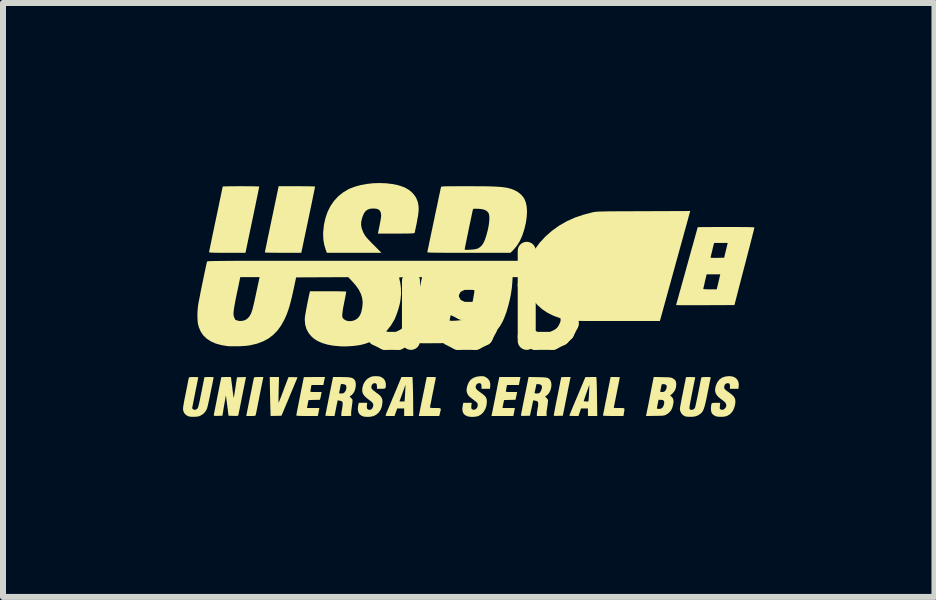
<source format=kicad_pcb>
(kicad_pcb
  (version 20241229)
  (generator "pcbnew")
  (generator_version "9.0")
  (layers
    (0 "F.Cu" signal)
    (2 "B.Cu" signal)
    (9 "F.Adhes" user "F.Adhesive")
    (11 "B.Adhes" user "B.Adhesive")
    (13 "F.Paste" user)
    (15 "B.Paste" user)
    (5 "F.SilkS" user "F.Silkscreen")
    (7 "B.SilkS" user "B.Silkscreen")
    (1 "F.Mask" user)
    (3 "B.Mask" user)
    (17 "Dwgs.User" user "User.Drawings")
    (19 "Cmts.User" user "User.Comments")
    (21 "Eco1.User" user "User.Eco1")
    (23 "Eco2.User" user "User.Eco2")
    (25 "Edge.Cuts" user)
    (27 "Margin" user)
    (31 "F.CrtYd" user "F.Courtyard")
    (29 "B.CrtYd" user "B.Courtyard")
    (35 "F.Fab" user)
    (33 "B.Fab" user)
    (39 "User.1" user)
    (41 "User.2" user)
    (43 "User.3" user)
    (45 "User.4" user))
  (footprint "usb"
    (layer "F.Cu")
    (at 4.762 1.951)
    (property "Reference" "usb" (at 0 0 0) (layer "F.SilkS") (effects (font (size 1.5 1.5) (thickness 0.3))))
    (attr board_only exclude_from_pos_files exclude_from_bom)
    (fp_poly (pts (xy -3.486 1.588) (xy -3.499 1.656) (xy -3.512 1.719) (xy -3.523 1.776) (xy -3.533 1.826) (xy -3.541 1.866) (xy -3.547 1.895) (xy -3.551 1.91) (xy -3.551 1.912) (xy -3.554 1.92) (xy -3.56 1.925) (xy -3.571 1.928) (xy -3.592 1.93) (xy -3.625 1.93) (xy -3.632 1.93) (xy -3.709 1.93) (xy -3.648 1.623) (xy -3.634 1.555) (xy -3.621 1.492) (xy -3.61 1.435) (xy -3.6 1.385) (xy -3.592 1.345) (xy -3.586 1.316) (xy -3.583 1.301) (xy -3.582 1.299) (xy -3.579 1.291) (xy -3.574 1.286) (xy -3.562 1.283) (xy -3.541 1.282) (xy -3.508 1.281) (xy -3.501 1.281) (xy -3.424 1.281)) (stroke (width 0) (type solid)) (fill yes) (layer "F.SilkS"))
    (fp_poly (pts (xy 1.69 1.307) (xy 1.687 1.32) (xy 1.682 1.347) (xy 1.674 1.385) (xy 1.664 1.433) (xy 1.653 1.489) (xy 1.641 1.551) (xy 1.627 1.618) (xy 1.625 1.629) (xy 1.566 1.926) (xy 1.49 1.928) (xy 1.453 1.929) (xy 1.43 1.928) (xy 1.418 1.925) (xy 1.414 1.92) (xy 1.414 1.92) (xy 1.416 1.91) (xy 1.42 1.887) (xy 1.427 1.852) (xy 1.435 1.806) (xy 1.446 1.752) (xy 1.458 1.691) (xy 1.471 1.625) (xy 1.477 1.598) (xy 1.49 1.53) (xy 1.503 1.468) (xy 1.514 1.411) (xy 1.523 1.364) (xy 1.531 1.325) (xy 1.536 1.299) (xy 1.539 1.285) (xy 1.539 1.284) (xy 1.546 1.283) (xy 1.566 1.282) (xy 1.595 1.281) (xy 1.617 1.281) (xy 1.695 1.281)) (stroke (width 0) (type solid)) (fill yes) (layer "F.SilkS"))
    (fp_poly (pts (xy -3.169 1.498) (xy -3.17 1.554) (xy -3.171 1.605) (xy -3.171 1.648) (xy -3.171 1.681) (xy -3.171 1.703) (xy -3.17 1.711) (xy -3.17 1.711) (xy -3.166 1.703) (xy -3.158 1.682) (xy -3.145 1.65) (xy -3.129 1.61) (xy -3.111 1.562) (xy -3.091 1.509) (xy -3.087 1.497) (xy -3.067 1.443) (xy -3.048 1.394) (xy -3.032 1.352) (xy -3.019 1.318) (xy -3.01 1.295) (xy -3.006 1.284) (xy -3.005 1.284) (xy -2.997 1.283) (xy -2.976 1.282) (xy -2.947 1.283) (xy -2.928 1.283) (xy -2.854 1.285) (xy -2.988 1.606) (xy -3.122 1.926) (xy -3.213 1.928) (xy -3.303 1.93) (xy -3.308 1.764) (xy -3.31 1.7) (xy -3.311 1.628) (xy -3.313 1.555) (xy -3.314 1.485) (xy -3.315 1.44) (xy -3.317 1.281) (xy -3.24 1.281) (xy -3.163 1.281)) (stroke (width 0) (type solid)) (fill yes) (layer "F.SilkS"))
    (fp_poly (pts (xy -2.783 -1.898) (xy -2.715 -1.898) (xy -2.661 -1.897) (xy -2.62 -1.896) (xy -2.591 -1.895) (xy -2.572 -1.893) (xy -2.563 -1.891) (xy -2.563 -1.89) (xy -2.564 -1.881) (xy -2.569 -1.858) (xy -2.576 -1.822) (xy -2.586 -1.774) (xy -2.598 -1.717) (xy -2.611 -1.65) (xy -2.627 -1.575) (xy -2.644 -1.494) (xy -2.662 -1.407) (xy -2.677 -1.335) (xy -2.792 -0.789) (xy -3.095 -0.789) (xy -3.162 -0.789) (xy -3.224 -0.79) (xy -3.28 -0.79) (xy -3.326 -0.791) (xy -3.363 -0.792) (xy -3.387 -0.793) (xy -3.398 -0.795) (xy -3.399 -0.795) (xy -3.397 -0.803) (xy -3.393 -0.826) (xy -3.386 -0.861) (xy -3.376 -0.908) (xy -3.364 -0.966) (xy -3.351 -1.032) (xy -3.335 -1.106) (xy -3.318 -1.188) (xy -3.3 -1.274) (xy -3.284 -1.35) (xy -3.169 -1.899) (xy -2.866 -1.899)) (stroke (width 0) (type solid)) (fill yes) (layer "F.SilkS"))
    (fp_poly (pts (xy -0.589 1.281) (xy -0.567 1.282) (xy -0.554 1.284) (xy -0.55 1.289) (xy -0.55 1.295) (xy -0.551 1.299) (xy -0.554 1.313) (xy -0.559 1.339) (xy -0.567 1.375) (xy -0.576 1.419) (xy -0.585 1.469) (xy -0.596 1.521) (xy -0.607 1.575) (xy -0.617 1.627) (xy -0.626 1.676) (xy -0.635 1.719) (xy -0.642 1.753) (xy -0.646 1.778) (xy -0.648 1.79) (xy -0.648 1.791) (xy -0.641 1.793) (xy -0.621 1.795) (xy -0.592 1.797) (xy -0.559 1.797) (xy -0.518 1.797) (xy -0.491 1.799) (xy -0.475 1.803) (xy -0.468 1.813) (xy -0.468 1.828) (xy -0.474 1.852) (xy -0.476 1.859) (xy -0.482 1.885) (xy -0.488 1.908) (xy -0.488 1.908) (xy -0.493 1.93) (xy -0.663 1.93) (xy -0.834 1.93) (xy -0.777 1.647) (xy -0.763 1.58) (xy -0.75 1.517) (xy -0.738 1.46) (xy -0.728 1.409) (xy -0.72 1.368) (xy -0.714 1.338) (xy -0.71 1.322) (xy -0.702 1.281) (xy -0.624 1.281)) (stroke (width 0) (type solid)) (fill yes) (layer "F.SilkS"))
    (fp_poly (pts (xy 2.471 1.282) (xy 2.497 1.282) (xy 2.513 1.283) (xy 2.516 1.284) (xy 2.514 1.292) (xy 2.51 1.313) (xy 2.504 1.346) (xy 2.495 1.389) (xy 2.485 1.44) (xy 2.473 1.498) (xy 2.465 1.539) (xy 2.453 1.6) (xy 2.442 1.655) (xy 2.432 1.704) (xy 2.424 1.744) (xy 2.418 1.774) (xy 2.415 1.791) (xy 2.414 1.795) (xy 2.422 1.796) (xy 2.441 1.796) (xy 2.471 1.797) (xy 2.504 1.797) (xy 2.544 1.797) (xy 2.57 1.798) (xy 2.586 1.802) (xy 2.592 1.812) (xy 2.592 1.83) (xy 2.588 1.858) (xy 2.585 1.876) (xy 2.576 1.93) (xy 2.405 1.93) (xy 2.355 1.93) (xy 2.311 1.929) (xy 2.275 1.928) (xy 2.249 1.926) (xy 2.236 1.925) (xy 2.235 1.924) (xy 2.236 1.915) (xy 2.24 1.893) (xy 2.247 1.858) (xy 2.256 1.814) (xy 2.266 1.76) (xy 2.278 1.699) (xy 2.292 1.633) (xy 2.298 1.6) (xy 2.362 1.281) (xy 2.439 1.281)) (stroke (width 0) (type solid)) (fill yes) (layer "F.SilkS"))
    (fp_poly (pts (xy 0.857 1.299) (xy 0.853 1.316) (xy 0.848 1.342) (xy 0.843 1.365) (xy 0.834 1.414) (xy 0.735 1.414) (xy 0.636 1.414) (xy 0.626 1.464) (xy 0.622 1.491) (xy 0.618 1.512) (xy 0.617 1.522) (xy 0.624 1.527) (xy 0.644 1.53) (xy 0.678 1.531) (xy 0.711 1.531) (xy 0.804 1.531) (xy 0.799 1.557) (xy 0.795 1.58) (xy 0.788 1.609) (xy 0.786 1.621) (xy 0.777 1.66) (xy 0.682 1.662) (xy 0.587 1.665) (xy 0.579 1.702) (xy 0.573 1.731) (xy 0.568 1.76) (xy 0.566 1.768) (xy 0.561 1.797) (xy 0.664 1.797) (xy 0.767 1.797) (xy 0.762 1.826) (xy 0.757 1.853) (xy 0.751 1.884) (xy 0.749 1.893) (xy 0.741 1.93) (xy 0.559 1.93) (xy 0.377 1.93) (xy 0.439 1.623) (xy 0.452 1.555) (xy 0.465 1.492) (xy 0.476 1.435) (xy 0.486 1.385) (xy 0.494 1.345) (xy 0.5 1.316) (xy 0.504 1.301) (xy 0.504 1.299) (xy 0.508 1.281) (xy 0.685 1.281) (xy 0.861 1.281)) (stroke (width 0) (type solid)) (fill yes) (layer "F.SilkS"))
    (fp_poly (pts (xy -0.934 1.393) (xy -0.933 1.432) (xy -0.932 1.483) (xy -0.93 1.543) (xy -0.929 1.607) (xy -0.928 1.673) (xy -0.928 1.717) (xy -0.926 1.93) (xy -1.002 1.93) (xy -1.078 1.93) (xy -1.078 1.867) (xy -1.078 1.805) (xy -1.136 1.805) (xy -1.194 1.805) (xy -1.216 1.867) (xy -1.238 1.93) (xy -1.315 1.93) (xy -1.351 1.93) (xy -1.373 1.929) (xy -1.384 1.926) (xy -1.388 1.922) (xy -1.387 1.916) (xy -1.383 1.906) (xy -1.374 1.883) (xy -1.36 1.849) (xy -1.342 1.806) (xy -1.32 1.754) (xy -1.295 1.695) (xy -1.292 1.688) (xy -1.156 1.688) (xy -1.114 1.688) (xy -1.072 1.688) (xy -1.067 1.631) (xy -1.065 1.597) (xy -1.062 1.555) (xy -1.06 1.511) (xy -1.059 1.492) (xy -1.055 1.41) (xy -1.07 1.449) (xy -1.078 1.472) (xy -1.09 1.505) (xy -1.104 1.544) (xy -1.119 1.585) (xy -1.12 1.588) (xy -1.156 1.688) (xy -1.292 1.688) (xy -1.269 1.631) (xy -1.252 1.592) (xy -1.123 1.281) (xy -1.031 1.281) (xy -0.939 1.281)) (stroke (width 0) (type solid)) (fill yes) (layer "F.SilkS"))
    (fp_poly (pts (xy 2.128 1.33) (xy 2.129 1.35) (xy 2.13 1.382) (xy 2.132 1.426) (xy 2.133 1.479) (xy 2.134 1.539) (xy 2.135 1.604) (xy 2.136 1.654) (xy 2.14 1.93) (xy 2.062 1.93) (xy 1.984 1.93) (xy 1.984 1.867) (xy 1.984 1.805) (xy 1.927 1.805) (xy 1.869 1.805) (xy 1.848 1.867) (xy 1.827 1.93) (xy 1.749 1.93) (xy 1.716 1.929) (xy 1.691 1.928) (xy 1.676 1.925) (xy 1.673 1.923) (xy 1.677 1.915) (xy 1.686 1.894) (xy 1.699 1.861) (xy 1.717 1.818) (xy 1.738 1.767) (xy 1.763 1.709) (xy 1.774 1.681) (xy 1.914 1.681) (xy 1.921 1.685) (xy 1.939 1.687) (xy 1.953 1.688) (xy 1.991 1.688) (xy 1.995 1.658) (xy 1.997 1.64) (xy 1.999 1.609) (xy 2.001 1.571) (xy 2.003 1.529) (xy 2.004 1.52) (xy 2.008 1.41) (xy 1.961 1.542) (xy 1.946 1.585) (xy 1.933 1.623) (xy 1.923 1.653) (xy 1.916 1.673) (xy 1.914 1.681) (xy 1.774 1.681) (xy 1.789 1.646) (xy 1.809 1.599) (xy 1.942 1.282) (xy 2.033 1.281) (xy 2.124 1.281)) (stroke (width 0) (type solid)) (fill yes) (layer "F.SilkS"))
    (fp_poly (pts (xy -3.73 -1.898) (xy -3.668 -1.898) (xy -3.612 -1.897) (xy -3.566 -1.896) (xy -3.529 -1.895) (xy -3.504 -1.894) (xy -3.493 -1.893) (xy -3.492 -1.893) (xy -3.494 -1.884) (xy -3.498 -1.862) (xy -3.506 -1.826) (xy -3.515 -1.779) (xy -3.527 -1.722) (xy -3.541 -1.656) (xy -3.556 -1.581) (xy -3.573 -1.5) (xy -3.591 -1.413) (xy -3.607 -1.338) (xy -3.722 -0.789) (xy -4.025 -0.789) (xy -4.104 -0.789) (xy -4.169 -0.789) (xy -4.22 -0.79) (xy -4.26 -0.791) (xy -4.289 -0.792) (xy -4.309 -0.793) (xy -4.322 -0.795) (xy -4.327 -0.798) (xy -4.328 -0.8) (xy -4.327 -0.809) (xy -4.322 -0.832) (xy -4.315 -0.868) (xy -4.305 -0.916) (xy -4.293 -0.974) (xy -4.28 -1.04) (xy -4.264 -1.115) (xy -4.247 -1.196) (xy -4.229 -1.283) (xy -4.215 -1.348) (xy -4.196 -1.438) (xy -4.178 -1.523) (xy -4.162 -1.602) (xy -4.147 -1.674) (xy -4.133 -1.738) (xy -4.122 -1.793) (xy -4.113 -1.837) (xy -4.106 -1.869) (xy -4.103 -1.888) (xy -4.102 -1.893) (xy -4.094 -1.894) (xy -4.073 -1.895) (xy -4.039 -1.896) (xy -3.995 -1.897) (xy -3.941 -1.898) (xy -3.881 -1.898) (xy -3.815 -1.899) (xy -3.797 -1.899)) (stroke (width 0) (type solid)) (fill yes) (layer "F.SilkS"))
    (fp_poly (pts (xy -2.401 1.299) (xy -2.405 1.316) (xy -2.41 1.342) (xy -2.415 1.365) (xy -2.424 1.414) (xy -2.523 1.414) (xy -2.622 1.414) (xy -2.632 1.464) (xy -2.636 1.491) (xy -2.64 1.512) (xy -2.641 1.522) (xy -2.634 1.527) (xy -2.614 1.53) (xy -2.58 1.531) (xy -2.548 1.531) (xy -2.454 1.531) (xy -2.459 1.561) (xy -2.464 1.588) (xy -2.47 1.618) (xy -2.472 1.625) (xy -2.481 1.66) (xy -2.576 1.662) (xy -2.671 1.665) (xy -2.679 1.702) (xy -2.685 1.731) (xy -2.69 1.76) (xy -2.692 1.768) (xy -2.697 1.797) (xy -2.594 1.797) (xy -2.491 1.797) (xy -2.496 1.826) (xy -2.501 1.853) (xy -2.507 1.884) (xy -2.509 1.893) (xy -2.517 1.93) (xy -2.696 1.93) (xy -2.756 1.93) (xy -2.802 1.929) (xy -2.835 1.928) (xy -2.857 1.926) (xy -2.87 1.924) (xy -2.875 1.921) (xy -2.875 1.92) (xy -2.874 1.91) (xy -2.869 1.887) (xy -2.863 1.852) (xy -2.854 1.806) (xy -2.843 1.752) (xy -2.831 1.691) (xy -2.818 1.625) (xy -2.813 1.598) (xy -2.799 1.53) (xy -2.787 1.468) (xy -2.775 1.411) (xy -2.766 1.364) (xy -2.758 1.325) (xy -2.753 1.299) (xy -2.75 1.285) (xy -2.75 1.284) (xy -2.743 1.283) (xy -2.722 1.282) (xy -2.69 1.282) (xy -2.649 1.282) (xy -2.601 1.281) (xy -2.574 1.281) (xy -2.397 1.281)) (stroke (width 0) (type solid)) (fill yes) (layer "F.SilkS"))
    (fp_poly (pts (xy -3.775 1.588) (xy -3.788 1.655) (xy -3.801 1.719) (xy -3.812 1.776) (xy -3.822 1.826) (xy -3.831 1.866) (xy -3.836 1.895) (xy -3.84 1.911) (xy -3.84 1.912) (xy -3.843 1.921) (xy -3.848 1.926) (xy -3.859 1.928) (xy -3.878 1.929) (xy -3.909 1.929) (xy -3.924 1.928) (xy -4.004 1.926) (xy -4.025 1.762) (xy -4.031 1.713) (xy -4.037 1.669) (xy -4.042 1.632) (xy -4.045 1.606) (xy -4.047 1.591) (xy -4.048 1.59) (xy -4.049 1.595) (xy -4.053 1.613) (xy -4.058 1.643) (xy -4.065 1.682) (xy -4.073 1.728) (xy -4.078 1.754) (xy -4.106 1.926) (xy -4.178 1.928) (xy -4.214 1.929) (xy -4.236 1.928) (xy -4.247 1.925) (xy -4.25 1.92) (xy -4.249 1.91) (xy -4.245 1.887) (xy -4.238 1.852) (xy -4.229 1.806) (xy -4.218 1.752) (xy -4.206 1.691) (xy -4.193 1.625) (xy -4.188 1.598) (xy -4.174 1.53) (xy -4.162 1.468) (xy -4.151 1.411) (xy -4.141 1.364) (xy -4.133 1.325) (xy -4.128 1.299) (xy -4.126 1.285) (xy -4.125 1.284) (xy -4.118 1.283) (xy -4.098 1.282) (xy -4.07 1.281) (xy -4.045 1.281) (xy -3.964 1.281) (xy -3.942 1.455) (xy -3.936 1.505) (xy -3.93 1.55) (xy -3.925 1.587) (xy -3.921 1.614) (xy -3.919 1.629) (xy -3.919 1.631) (xy -3.917 1.625) (xy -3.913 1.606) (xy -3.908 1.577) (xy -3.903 1.542) (xy -3.903 1.541) (xy -3.895 1.494) (xy -3.887 1.442) (xy -3.88 1.392) (xy -3.876 1.367) (xy -3.863 1.285) (xy -3.788 1.283) (xy -3.713 1.281)) (stroke (width 0) (type solid)) (fill yes) (layer "F.SilkS"))
    (fp_poly (pts (xy 4.34 1.266) (xy 4.392 1.272) (xy 4.436 1.29) (xy 4.468 1.319) (xy 4.49 1.357) (xy 4.498 1.403) (xy 4.496 1.439) (xy 4.491 1.477) (xy 4.419 1.477) (xy 4.348 1.477) (xy 4.351 1.441) (xy 4.349 1.41) (xy 4.34 1.391) (xy 4.32 1.383) (xy 4.315 1.383) (xy 4.286 1.389) (xy 4.266 1.407) (xy 4.258 1.425) (xy 4.254 1.448) (xy 4.257 1.469) (xy 4.271 1.489) (xy 4.296 1.511) (xy 4.326 1.532) (xy 4.372 1.566) (xy 4.406 1.596) (xy 4.427 1.626) (xy 4.439 1.658) (xy 4.441 1.694) (xy 4.437 1.735) (xy 4.421 1.797) (xy 4.395 1.851) (xy 4.359 1.893) (xy 4.314 1.923) (xy 4.291 1.933) (xy 4.256 1.941) (xy 4.214 1.944) (xy 4.17 1.944) (xy 4.131 1.939) (xy 4.115 1.934) (xy 4.077 1.915) (xy 4.051 1.889) (xy 4.037 1.855) (xy 4.033 1.81) (xy 4.034 1.793) (xy 4.037 1.757) (xy 4.041 1.733) (xy 4.049 1.719) (xy 4.064 1.713) (xy 4.089 1.711) (xy 4.118 1.711) (xy 4.188 1.711) (xy 4.183 1.761) (xy 4.181 1.789) (xy 4.181 1.805) (xy 4.186 1.814) (xy 4.194 1.82) (xy 4.221 1.828) (xy 4.247 1.821) (xy 4.266 1.805) (xy 4.283 1.783) (xy 4.289 1.759) (xy 4.289 1.752) (xy 4.286 1.731) (xy 4.275 1.71) (xy 4.253 1.688) (xy 4.221 1.662) (xy 4.203 1.65) (xy 4.159 1.615) (xy 4.128 1.579) (xy 4.114 1.553) (xy 4.104 1.522) (xy 4.103 1.488) (xy 4.109 1.449) (xy 4.118 1.418) (xy 4.142 1.364) (xy 4.176 1.322) (xy 4.221 1.291) (xy 4.275 1.272) (xy 4.338 1.266)) (stroke (width 0) (type solid)) (fill yes) (layer "F.SilkS"))
    (fp_poly (pts (xy -1.513 1.268) (xy -1.482 1.273) (xy -1.472 1.276) (xy -1.431 1.299) (xy -1.402 1.332) (xy -1.386 1.374) (xy -1.383 1.406) (xy -1.384 1.438) (xy -1.387 1.458) (xy -1.396 1.47) (xy -1.414 1.475) (xy -1.443 1.477) (xy -1.462 1.477) (xy -1.531 1.477) (xy -1.531 1.439) (xy -1.534 1.409) (xy -1.543 1.391) (xy -1.561 1.384) (xy -1.571 1.383) (xy -1.595 1.39) (xy -1.614 1.409) (xy -1.624 1.435) (xy -1.625 1.447) (xy -1.624 1.46) (xy -1.62 1.472) (xy -1.611 1.485) (xy -1.596 1.499) (xy -1.572 1.518) (xy -1.539 1.544) (xy -1.517 1.559) (xy -1.478 1.592) (xy -1.454 1.625) (xy -1.441 1.661) (xy -1.44 1.705) (xy -1.441 1.715) (xy -1.45 1.773) (xy -1.468 1.821) (xy -1.494 1.862) (xy -1.505 1.875) (xy -1.545 1.91) (xy -1.59 1.932) (xy -1.644 1.943) (xy -1.682 1.945) (xy -1.713 1.944) (xy -1.741 1.941) (xy -1.76 1.938) (xy -1.8 1.919) (xy -1.829 1.89) (xy -1.846 1.851) (xy -1.85 1.804) (xy -1.843 1.751) (xy -1.833 1.711) (xy -1.763 1.711) (xy -1.694 1.711) (xy -1.699 1.755) (xy -1.7 1.79) (xy -1.691 1.814) (xy -1.672 1.826) (xy -1.657 1.828) (xy -1.63 1.823) (xy -1.611 1.805) (xy -1.598 1.778) (xy -1.592 1.752) (xy -1.594 1.731) (xy -1.606 1.71) (xy -1.628 1.688) (xy -1.663 1.662) (xy -1.664 1.661) (xy -1.711 1.624) (xy -1.745 1.59) (xy -1.766 1.556) (xy -1.776 1.52) (xy -1.776 1.478) (xy -1.773 1.456) (xy -1.756 1.398) (xy -1.727 1.349) (xy -1.689 1.309) (xy -1.641 1.282) (xy -1.618 1.273) (xy -1.587 1.268) (xy -1.55 1.267)) (stroke (width 0) (type solid)) (fill yes) (layer "F.SilkS"))
    (fp_poly (pts (xy 0.242 1.268) (xy 0.262 1.274) (xy 0.281 1.283) (xy 0.319 1.31) (xy 0.345 1.347) (xy 0.357 1.391) (xy 0.356 1.442) (xy 0.351 1.477) (xy 0.281 1.477) (xy 0.211 1.477) (xy 0.211 1.439) (xy 0.208 1.409) (xy 0.199 1.391) (xy 0.181 1.383) (xy 0.174 1.383) (xy 0.145 1.389) (xy 0.125 1.408) (xy 0.118 1.425) (xy 0.113 1.446) (xy 0.116 1.465) (xy 0.128 1.484) (xy 0.15 1.506) (xy 0.185 1.532) (xy 0.196 1.54) (xy 0.237 1.57) (xy 0.266 1.596) (xy 0.285 1.62) (xy 0.295 1.646) (xy 0.299 1.677) (xy 0.3 1.699) (xy 0.293 1.76) (xy 0.274 1.815) (xy 0.245 1.863) (xy 0.208 1.902) (xy 0.164 1.928) (xy 0.153 1.932) (xy 0.116 1.941) (xy 0.072 1.945) (xy 0.027 1.944) (xy -0.012 1.938) (xy -0.026 1.934) (xy -0.065 1.915) (xy -0.091 1.887) (xy -0.105 1.851) (xy -0.109 1.805) (xy -0.101 1.75) (xy -0.092 1.711) (xy -0.023 1.711) (xy 0.047 1.711) (xy 0.042 1.756) (xy 0.04 1.784) (xy 0.042 1.802) (xy 0.049 1.813) (xy 0.05 1.815) (xy 0.071 1.826) (xy 0.094 1.825) (xy 0.117 1.814) (xy 0.135 1.795) (xy 0.146 1.769) (xy 0.148 1.753) (xy 0.147 1.735) (xy 0.143 1.721) (xy 0.134 1.707) (xy 0.117 1.691) (xy 0.091 1.671) (xy 0.07 1.655) (xy 0.036 1.629) (xy 0.012 1.609) (xy -0.005 1.592) (xy -0.016 1.575) (xy -0.026 1.556) (xy -0.027 1.553) (xy -0.037 1.52) (xy -0.038 1.485) (xy -0.03 1.444) (xy -0.024 1.421) (xy -0.000153 1.366) (xy 0.033 1.324) (xy 0.076 1.294) (xy 0.13 1.275) (xy 0.184 1.268) (xy 0.218 1.267)) (stroke (width 0) (type solid)) (fill yes) (layer "F.SilkS"))
    (fp_poly (pts (xy -1.379 -1.947) (xy -1.276 -1.935) (xy -1.181 -1.916) (xy -1.095 -1.888) (xy -1.058 -1.872) (xy -1.005 -1.841) (xy -0.954 -1.801) (xy -0.912 -1.755) (xy -0.88 -1.708) (xy -0.877 -1.701) (xy -0.859 -1.659) (xy -0.846 -1.617) (xy -0.839 -1.573) (xy -0.836 -1.524) (xy -0.839 -1.469) (xy -0.847 -1.404) (xy -0.861 -1.328) (xy -0.867 -1.293) (xy -0.877 -1.245) (xy -0.886 -1.201) (xy -0.894 -1.165) (xy -0.899 -1.139) (xy -0.903 -1.124) (xy -0.903 -1.123) (xy -0.905 -1.12) (xy -0.91 -1.117) (xy -0.918 -1.115) (xy -0.932 -1.113) (xy -0.953 -1.112) (xy -0.982 -1.111) (xy -1.02 -1.11) (xy -1.07 -1.11) (xy -1.133 -1.109) (xy -1.21 -1.109) (xy -1.212 -1.109) (xy -1.516 -1.109) (xy -1.512 -1.127) (xy -1.503 -1.169) (xy -1.493 -1.216) (xy -1.484 -1.264) (xy -1.475 -1.31) (xy -1.468 -1.351) (xy -1.463 -1.385) (xy -1.461 -1.407) (xy -1.461 -1.41) (xy -1.466 -1.454) (xy -1.48 -1.487) (xy -1.504 -1.51) (xy -1.541 -1.523) (xy -1.59 -1.527) (xy -1.594 -1.527) (xy -1.644 -1.523) (xy -1.685 -1.509) (xy -1.719 -1.485) (xy -1.746 -1.449) (xy -1.768 -1.399) (xy -1.782 -1.356) (xy -1.794 -1.299) (xy -1.795 -1.249) (xy -1.786 -1.199) (xy -1.766 -1.146) (xy -1.757 -1.125) (xy -1.745 -1.103) (xy -1.734 -1.083) (xy -1.72 -1.063) (xy -1.703 -1.042) (xy -1.681 -1.017) (xy -1.651 -0.986) (xy -1.614 -0.947) (xy -1.59 -0.924) (xy -1.457 -0.789) (xy -1.911 -0.789) (xy -2.366 -0.789) (xy -2.386 -0.843) (xy -2.41 -0.924) (xy -2.424 -1.007) (xy -2.428 -1.095) (xy -2.427 -1.133) (xy -2.415 -1.253) (xy -2.39 -1.366) (xy -2.354 -1.471) (xy -2.306 -1.567) (xy -2.247 -1.653) (xy -2.177 -1.729) (xy -2.097 -1.794) (xy -2.008 -1.847) (xy -1.989 -1.856) (xy -1.901 -1.89) (xy -1.804 -1.917) (xy -1.701 -1.936) (xy -1.594 -1.948) (xy -1.486 -1.951)) (stroke (width 0) (type solid)) (fill yes) (layer "F.SilkS"))
    (fp_poly (pts (xy 3.222 1.283) (xy 3.274 1.284) (xy 3.313 1.285) (xy 3.342 1.287) (xy 3.363 1.29) (xy 3.378 1.294) (xy 3.392 1.3) (xy 3.394 1.301) (xy 3.426 1.321) (xy 3.445 1.345) (xy 3.454 1.377) (xy 3.456 1.41) (xy 3.449 1.465) (xy 3.428 1.513) (xy 3.394 1.555) (xy 3.387 1.56) (xy 3.354 1.589) (xy 3.376 1.607) (xy 3.398 1.633) (xy 3.409 1.665) (xy 3.41 1.705) (xy 3.406 1.728) (xy 3.392 1.786) (xy 3.372 1.832) (xy 3.343 1.868) (xy 3.306 1.897) (xy 3.295 1.903) (xy 3.281 1.911) (xy 3.268 1.917) (xy 3.254 1.921) (xy 3.236 1.924) (xy 3.212 1.926) (xy 3.179 1.927) (xy 3.134 1.928) (xy 3.103 1.928) (xy 2.951 1.931) (xy 2.956 1.913) (xy 2.958 1.901) (xy 2.963 1.876) (xy 2.97 1.839) (xy 2.978 1.803) (xy 3.133 1.803) (xy 3.14 1.809) (xy 3.157 1.812) (xy 3.179 1.812) (xy 3.202 1.807) (xy 3.206 1.805) (xy 3.228 1.789) (xy 3.244 1.759) (xy 3.254 1.723) (xy 3.255 1.693) (xy 3.245 1.673) (xy 3.224 1.663) (xy 3.199 1.661) (xy 3.161 1.66) (xy 3.147 1.727) (xy 3.141 1.758) (xy 3.136 1.784) (xy 3.134 1.8) (xy 3.133 1.803) (xy 2.978 1.803) (xy 2.98 1.792) (xy 2.991 1.737) (xy 3.003 1.675) (xy 3.016 1.609) (xy 3.02 1.587) (xy 3.032 1.525) (xy 3.189 1.525) (xy 3.196 1.53) (xy 3.215 1.531) (xy 3.239 1.529) (xy 3.258 1.523) (xy 3.259 1.523) (xy 3.275 1.507) (xy 3.288 1.482) (xy 3.296 1.452) (xy 3.297 1.438) (xy 3.291 1.416) (xy 3.271 1.403) (xy 3.238 1.399) (xy 3.235 1.399) (xy 3.223 1.4) (xy 3.215 1.405) (xy 3.21 1.419) (xy 3.204 1.444) (xy 3.204 1.447) (xy 3.198 1.476) (xy 3.193 1.501) (xy 3.19 1.514) (xy 3.189 1.525) (xy 3.032 1.525) (xy 3.08 1.28)) (stroke (width 0) (type solid)) (fill yes) (layer "F.SilkS"))
    (fp_poly (pts (xy 1.144 1.283) (xy 1.202 1.284) (xy 1.247 1.286) (xy 1.281 1.289) (xy 1.306 1.294) (xy 1.325 1.302) (xy 1.339 1.312) (xy 1.351 1.326) (xy 1.357 1.335) (xy 1.371 1.368) (xy 1.376 1.409) (xy 1.372 1.454) (xy 1.36 1.499) (xy 1.341 1.539) (xy 1.323 1.563) (xy 1.305 1.581) (xy 1.288 1.594) (xy 1.281 1.598) (xy 1.273 1.602) (xy 1.274 1.608) (xy 1.285 1.62) (xy 1.293 1.629) (xy 1.309 1.647) (xy 1.319 1.664) (xy 1.32 1.67) (xy 1.319 1.684) (xy 1.316 1.709) (xy 1.312 1.743) (xy 1.306 1.783) (xy 1.305 1.792) (xy 1.298 1.84) (xy 1.294 1.875) (xy 1.294 1.898) (xy 1.296 1.912) (xy 1.297 1.914) (xy 1.3 1.921) (xy 1.298 1.926) (xy 1.29 1.928) (xy 1.272 1.929) (xy 1.243 1.93) (xy 1.219 1.93) (xy 1.133 1.93) (xy 1.133 1.897) (xy 1.135 1.871) (xy 1.14 1.838) (xy 1.145 1.813) (xy 1.153 1.764) (xy 1.156 1.726) (xy 1.152 1.7) (xy 1.145 1.688) (xy 1.13 1.681) (xy 1.108 1.675) (xy 1.103 1.674) (xy 1.072 1.67) (xy 1.063 1.713) (xy 1.058 1.739) (xy 1.05 1.775) (xy 1.042 1.815) (xy 1.036 1.841) (xy 1.018 1.926) (xy 0.943 1.928) (xy 0.906 1.929) (xy 0.883 1.928) (xy 0.87 1.925) (xy 0.867 1.92) (xy 0.869 1.911) (xy 0.873 1.887) (xy 0.88 1.852) (xy 0.889 1.807) (xy 0.899 1.753) (xy 0.912 1.691) (xy 0.925 1.625) (xy 0.931 1.595) (xy 0.943 1.539) (xy 1.096 1.539) (xy 1.097 1.55) (xy 1.108 1.554) (xy 1.132 1.555) (xy 1.159 1.553) (xy 1.177 1.545) (xy 1.185 1.537) (xy 1.203 1.509) (xy 1.215 1.473) (xy 1.219 1.445) (xy 1.212 1.422) (xy 1.192 1.406) (xy 1.163 1.399) (xy 1.155 1.399) (xy 1.126 1.399) (xy 1.117 1.443) (xy 1.111 1.474) (xy 1.104 1.503) (xy 1.101 1.516) (xy 1.096 1.539) (xy 0.943 1.539) (xy 0.995 1.28)) (stroke (width 0) (type solid)) (fill yes) (layer "F.SilkS"))
    (fp_poly (pts (xy 3.989 1.281) (xy 4.012 1.282) (xy 4.024 1.284) (xy 4.029 1.289) (xy 4.028 1.295) (xy 4.028 1.299) (xy 4.025 1.311) (xy 4.02 1.336) (xy 4.012 1.372) (xy 4.003 1.418) (xy 3.993 1.471) (xy 3.981 1.528) (xy 3.977 1.551) (xy 3.961 1.628) (xy 3.948 1.69) (xy 3.936 1.741) (xy 3.924 1.782) (xy 3.914 1.814) (xy 3.902 1.839) (xy 3.891 1.86) (xy 3.877 1.876) (xy 3.862 1.891) (xy 3.859 1.893) (xy 3.832 1.912) (xy 3.8 1.928) (xy 3.788 1.933) (xy 3.754 1.94) (xy 3.712 1.944) (xy 3.668 1.944) (xy 3.628 1.941) (xy 3.603 1.935) (xy 3.569 1.917) (xy 3.541 1.887) (xy 3.522 1.849) (xy 3.516 1.808) (xy 3.517 1.797) (xy 3.522 1.772) (xy 3.528 1.736) (xy 3.537 1.691) (xy 3.547 1.637) (xy 3.559 1.579) (xy 3.567 1.539) (xy 3.579 1.478) (xy 3.59 1.423) (xy 3.6 1.374) (xy 3.608 1.334) (xy 3.613 1.305) (xy 3.617 1.287) (xy 3.617 1.284) (xy 3.625 1.283) (xy 3.644 1.282) (xy 3.673 1.281) (xy 3.696 1.281) (xy 3.734 1.282) (xy 3.758 1.283) (xy 3.77 1.286) (xy 3.772 1.291) (xy 3.77 1.301) (xy 3.765 1.324) (xy 3.757 1.359) (xy 3.748 1.403) (xy 3.738 1.456) (xy 3.726 1.514) (xy 3.719 1.552) (xy 3.705 1.622) (xy 3.694 1.679) (xy 3.686 1.723) (xy 3.68 1.757) (xy 3.677 1.781) (xy 3.676 1.798) (xy 3.676 1.809) (xy 3.679 1.815) (xy 3.679 1.816) (xy 3.697 1.827) (xy 3.721 1.827) (xy 3.745 1.818) (xy 3.763 1.801) (xy 3.766 1.797) (xy 3.77 1.785) (xy 3.776 1.761) (xy 3.784 1.725) (xy 3.794 1.679) (xy 3.805 1.627) (xy 3.817 1.57) (xy 3.821 1.549) (xy 3.833 1.49) (xy 3.844 1.435) (xy 3.853 1.387) (xy 3.861 1.347) (xy 3.867 1.318) (xy 3.871 1.301) (xy 3.871 1.299) (xy 3.874 1.291) (xy 3.88 1.286) (xy 3.892 1.283) (xy 3.912 1.282) (xy 3.945 1.281) (xy 3.954 1.281)) (stroke (width 0) (type solid)) (fill yes) (layer "F.SilkS"))
    (fp_poly (pts (xy -4.293 1.281) (xy -4.27 1.282) (xy -4.258 1.284) (xy -4.253 1.289) (xy -4.253 1.295) (xy -4.254 1.299) (xy -4.257 1.311) (xy -4.262 1.336) (xy -4.269 1.372) (xy -4.278 1.418) (xy -4.289 1.47) (xy -4.301 1.528) (xy -4.305 1.548) (xy -4.317 1.609) (xy -4.329 1.666) (xy -4.341 1.718) (xy -4.351 1.762) (xy -4.36 1.796) (xy -4.367 1.817) (xy -4.368 1.82) (xy -4.394 1.862) (xy -4.43 1.899) (xy -4.473 1.925) (xy -4.495 1.934) (xy -4.531 1.941) (xy -4.572 1.944) (xy -4.615 1.944) (xy -4.652 1.94) (xy -4.68 1.933) (xy -4.719 1.909) (xy -4.745 1.877) (xy -4.759 1.841) (xy -4.761 1.829) (xy -4.762 1.816) (xy -4.762 1.8) (xy -4.76 1.78) (xy -4.756 1.754) (xy -4.75 1.719) (xy -4.742 1.674) (xy -4.731 1.618) (xy -4.719 1.559) (xy -4.707 1.499) (xy -4.696 1.443) (xy -4.686 1.393) (xy -4.678 1.352) (xy -4.672 1.321) (xy -4.668 1.303) (xy -4.667 1.299) (xy -4.664 1.291) (xy -4.658 1.286) (xy -4.646 1.283) (xy -4.626 1.282) (xy -4.593 1.281) (xy -4.585 1.281) (xy -4.553 1.282) (xy -4.527 1.282) (xy -4.511 1.283) (xy -4.508 1.284) (xy -4.51 1.292) (xy -4.514 1.313) (xy -4.52 1.346) (xy -4.529 1.389) (xy -4.539 1.44) (xy -4.551 1.498) (xy -4.559 1.539) (xy -4.571 1.6) (xy -4.582 1.656) (xy -4.592 1.705) (xy -4.6 1.746) (xy -4.606 1.776) (xy -4.609 1.794) (xy -4.61 1.798) (xy -4.603 1.811) (xy -4.588 1.822) (xy -4.569 1.828) (xy -4.567 1.828) (xy -4.548 1.823) (xy -4.528 1.811) (xy -4.528 1.811) (xy -4.522 1.805) (xy -4.517 1.796) (xy -4.512 1.784) (xy -4.506 1.767) (xy -4.5 1.742) (xy -4.492 1.708) (xy -4.482 1.664) (xy -4.471 1.607) (xy -4.457 1.539) (xy -4.445 1.479) (xy -4.434 1.423) (xy -4.424 1.374) (xy -4.416 1.334) (xy -4.411 1.305) (xy -4.407 1.287) (xy -4.407 1.284) (xy -4.399 1.283) (xy -4.38 1.282) (xy -4.351 1.281) (xy -4.328 1.281)) (stroke (width 0) (type solid)) (fill yes) (layer "F.SilkS"))
    (fp_poly (pts (xy -2.067 1.282) (xy -2.02 1.284) (xy -1.984 1.287) (xy -1.957 1.293) (xy -1.936 1.301) (xy -1.92 1.312) (xy -1.909 1.322) (xy -1.892 1.349) (xy -1.884 1.387) (xy -1.884 1.429) (xy -1.891 1.473) (xy -1.905 1.516) (xy -1.926 1.552) (xy -1.935 1.563) (xy -1.953 1.581) (xy -1.97 1.594) (xy -1.977 1.598) (xy -1.985 1.602) (xy -1.984 1.608) (xy -1.973 1.62) (xy -1.964 1.63) (xy -1.954 1.639) (xy -1.947 1.647) (xy -1.942 1.655) (xy -1.939 1.667) (xy -1.939 1.685) (xy -1.941 1.709) (xy -1.946 1.744) (xy -1.952 1.791) (xy -1.956 1.82) (xy -1.96 1.856) (xy -1.962 1.886) (xy -1.961 1.907) (xy -1.96 1.912) (xy -1.958 1.92) (xy -1.959 1.925) (xy -1.967 1.928) (xy -1.983 1.929) (xy -2.011 1.93) (xy -2.039 1.93) (xy -2.125 1.93) (xy -2.125 1.904) (xy -2.124 1.884) (xy -2.12 1.855) (xy -2.114 1.822) (xy -2.113 1.818) (xy -2.105 1.765) (xy -2.102 1.727) (xy -2.105 1.701) (xy -2.113 1.688) (xy -2.128 1.681) (xy -2.15 1.675) (xy -2.155 1.674) (xy -2.186 1.67) (xy -2.194 1.708) (xy -2.199 1.731) (xy -2.206 1.765) (xy -2.213 1.805) (xy -2.22 1.838) (xy -2.238 1.93) (xy -2.314 1.93) (xy -2.347 1.929) (xy -2.372 1.928) (xy -2.388 1.926) (xy -2.391 1.924) (xy -2.389 1.915) (xy -2.385 1.893) (xy -2.378 1.858) (xy -2.37 1.814) (xy -2.359 1.76) (xy -2.347 1.699) (xy -2.334 1.633) (xy -2.327 1.6) (xy -2.317 1.548) (xy -2.162 1.548) (xy -2.156 1.553) (xy -2.141 1.555) (xy -2.127 1.555) (xy -2.099 1.553) (xy -2.081 1.545) (xy -2.072 1.537) (xy -2.054 1.511) (xy -2.043 1.48) (xy -2.04 1.451) (xy -2.045 1.426) (xy -2.057 1.411) (xy -2.071 1.405) (xy -2.091 1.4) (xy -2.111 1.398) (xy -2.127 1.398) (xy -2.133 1.402) (xy -2.134 1.411) (xy -2.138 1.43) (xy -2.144 1.457) (xy -2.149 1.486) (xy -2.155 1.512) (xy -2.159 1.533) (xy -2.16 1.537) (xy -2.162 1.548) (xy -2.317 1.548) (xy -2.263 1.281) (xy -2.127 1.281)) (stroke (width 0) (type solid)) (fill yes) (layer "F.SilkS"))
    (fp_poly (pts (xy 4.387 -1.219) (xy 4.474 -1.219) (xy 4.547 -1.218) (xy 4.608 -1.218) (xy 4.656 -1.217) (xy 4.694 -1.216) (xy 4.723 -1.215) (xy 4.742 -1.213) (xy 4.753 -1.212) (xy 4.758 -1.21) (xy 4.758 -1.209) (xy 4.756 -1.2) (xy 4.75 -1.177) (xy 4.742 -1.142) (xy 4.729 -1.094) (xy 4.715 -1.036) (xy 4.697 -0.968) (xy 4.678 -0.892) (xy 4.656 -0.809) (xy 4.633 -0.719) (xy 4.609 -0.625) (xy 4.591 -0.559) (xy 4.425 0.082) (xy 3.939 0.084) (xy 3.854 0.084) (xy 3.773 0.084) (xy 3.698 0.084) (xy 3.631 0.084) (xy 3.573 0.084) (xy 3.524 0.084) (xy 3.488 0.083) (xy 3.464 0.083) (xy 3.454 0.082) (xy 3.453 0.082) (xy 3.455 0.074) (xy 3.461 0.052) (xy 3.471 0.017) (xy 3.484 -0.03) (xy 3.5 -0.087) (xy 3.518 -0.154) (xy 3.528 -0.188) (xy 3.906 -0.188) (xy 3.914 -0.184) (xy 3.937 -0.182) (xy 3.976 -0.18) (xy 4.018 -0.18) (xy 4.13 -0.18) (xy 4.156 -0.287) (xy 4.165 -0.327) (xy 4.174 -0.364) (xy 4.18 -0.392) (xy 4.185 -0.41) (xy 4.185 -0.412) (xy 4.189 -0.43) (xy 4.076 -0.43) (xy 3.962 -0.43) (xy 3.934 -0.313) (xy 3.925 -0.272) (xy 3.917 -0.236) (xy 3.91 -0.209) (xy 3.907 -0.192) (xy 3.906 -0.188) (xy 3.528 -0.188) (xy 3.539 -0.229) (xy 3.562 -0.311) (xy 3.587 -0.4) (xy 3.613 -0.494) (xy 3.633 -0.567) (xy 3.66 -0.664) (xy 3.674 -0.713) (xy 4.027 -0.713) (xy 4.029 -0.709) (xy 4.039 -0.706) (xy 4.059 -0.705) (xy 4.09 -0.704) (xy 4.135 -0.705) (xy 4.139 -0.705) (xy 4.254 -0.707) (xy 4.279 -0.813) (xy 4.289 -0.853) (xy 4.297 -0.888) (xy 4.304 -0.916) (xy 4.308 -0.933) (xy 4.309 -0.936) (xy 4.313 -0.953) (xy 4.2 -0.953) (xy 4.087 -0.953) (xy 4.079 -0.924) (xy 4.074 -0.904) (xy 4.066 -0.874) (xy 4.058 -0.837) (xy 4.051 -0.809) (xy 4.042 -0.773) (xy 4.035 -0.743) (xy 4.03 -0.722) (xy 4.027 -0.713) (xy 3.674 -0.713) (xy 3.686 -0.757) (xy 3.71 -0.845) (xy 3.733 -0.925) (xy 3.753 -0.998) (xy 3.771 -1.063) (xy 3.786 -1.117) (xy 3.798 -1.161) (xy 3.807 -1.192) (xy 3.812 -1.211) (xy 3.813 -1.215) (xy 3.82 -1.216) (xy 3.842 -1.217) (xy 3.877 -1.217) (xy 3.923 -1.218) (xy 3.98 -1.218) (xy 4.046 -1.218) (xy 4.119 -1.219) (xy 4.198 -1.219) (xy 4.282 -1.219) (xy 4.285 -1.219)) (stroke (width 0) (type solid)) (fill yes) (layer "F.SilkS"))
    (fp_poly (pts (xy 0.093 -1.898) (xy 0.197 -1.898) (xy 0.288 -1.897) (xy 0.367 -1.895) (xy 0.435 -1.892) (xy 0.495 -1.889) (xy 0.546 -1.885) (xy 0.591 -1.879) (xy 0.63 -1.873) (xy 0.665 -1.865) (xy 0.698 -1.856) (xy 0.729 -1.845) (xy 0.757 -1.834) (xy 0.81 -1.806) (xy 0.859 -1.769) (xy 0.9 -1.725) (xy 0.924 -1.69) (xy 0.949 -1.629) (xy 0.964 -1.558) (xy 0.969 -1.476) (xy 0.964 -1.386) (xy 0.95 -1.287) (xy 0.925 -1.182) (xy 0.925 -1.182) (xy 0.891 -1.078) (xy 0.849 -0.984) (xy 0.798 -0.903) (xy 0.74 -0.835) (xy 0.738 -0.833) (xy 0.694 -0.789) (xy -0.001 -0.789) (xy -0.122 -0.789) (xy -0.227 -0.789) (xy -0.319 -0.789) (xy -0.398 -0.789) (xy -0.465 -0.79) (xy -0.521 -0.79) (xy -0.567 -0.791) (xy -0.605 -0.791) (xy -0.634 -0.792) (xy -0.656 -0.793) (xy -0.672 -0.794) (xy -0.682 -0.796) (xy -0.689 -0.798) (xy -0.692 -0.799) (xy -0.693 -0.802) (xy -0.692 -0.803) (xy -0.69 -0.813) (xy -0.685 -0.836) (xy -0.684 -0.843) (xy -0.07 -0.843) (xy -0.063 -0.839) (xy -0.04 -0.838) (xy -0.004 -0.839) (xy 0.021 -0.84) (xy 0.068 -0.844) (xy 0.103 -0.848) (xy 0.131 -0.855) (xy 0.154 -0.863) (xy 0.187 -0.884) (xy 0.217 -0.913) (xy 0.243 -0.952) (xy 0.267 -1.004) (xy 0.289 -1.07) (xy 0.293 -1.084) (xy 0.314 -1.162) (xy 0.329 -1.234) (xy 0.338 -1.3) (xy 0.342 -1.358) (xy 0.34 -1.406) (xy 0.332 -1.442) (xy 0.323 -1.459) (xy 0.299 -1.484) (xy 0.269 -1.502) (xy 0.23 -1.514) (xy 0.18 -1.521) (xy 0.156 -1.522) (xy 0.118 -1.523) (xy 0.094 -1.523) (xy 0.079 -1.522) (xy 0.072 -1.518) (xy 0.068 -1.512) (xy 0.068 -1.511) (xy 0.065 -1.5) (xy 0.06 -1.475) (xy 0.052 -1.44) (xy 0.043 -1.395) (xy 0.032 -1.343) (xy 0.02 -1.286) (xy 0.007 -1.225) (xy -0.006 -1.163) (xy -0.018 -1.101) (xy -0.031 -1.042) (xy -0.042 -0.986) (xy -0.052 -0.938) (xy -0.06 -0.897) (xy -0.066 -0.866) (xy -0.07 -0.848) (xy -0.07 -0.843) (xy -0.684 -0.843) (xy -0.677 -0.873) (xy -0.667 -0.921) (xy -0.655 -0.979) (xy -0.641 -1.046) (xy -0.625 -1.121) (xy -0.608 -1.202) (xy -0.59 -1.288) (xy -0.578 -1.344) (xy -0.56 -1.433) (xy -0.542 -1.517) (xy -0.525 -1.596) (xy -0.51 -1.668) (xy -0.497 -1.732) (xy -0.485 -1.786) (xy -0.476 -1.83) (xy -0.469 -1.862) (xy -0.465 -1.881) (xy -0.464 -1.885) (xy -0.462 -1.888) (xy -0.458 -1.89) (xy -0.451 -1.892) (xy -0.439 -1.894) (xy -0.422 -1.895) (xy -0.397 -1.896) (xy -0.364 -1.897) (xy -0.322 -1.898) (xy -0.268 -1.898) (xy -0.203 -1.898) (xy -0.125 -1.899) (xy -0.033 -1.899) (xy -0.025 -1.899)) (stroke (width 0) (type solid)) (fill yes) (layer "F.SilkS"))
    (fp_poly (pts (xy 3.684 -1.467) (xy 3.681 -1.458) (xy 3.674 -1.434) (xy 3.664 -1.397) (xy 3.651 -1.347) (xy 3.634 -1.287) (xy 3.615 -1.216) (xy 3.592 -1.136) (xy 3.568 -1.047) (xy 3.542 -0.951) (xy 3.513 -0.849) (xy 3.483 -0.74) (xy 3.452 -0.628) (xy 3.431 -0.551) (xy 3.183 0.348) (xy 2.453 0.348) (xy 2.329 0.348) (xy 2.219 0.348) (xy 2.123 0.347) (xy 2.039 0.347) (xy 1.967 0.347) (xy 1.906 0.347) (xy 1.854 0.346) (xy 1.81 0.345) (xy 1.774 0.344) (xy 1.744 0.343) (xy 1.72 0.342) (xy 1.7 0.34) (xy 1.683 0.339) (xy 1.669 0.337) (xy 1.656 0.334) (xy 1.652 0.334) (xy 1.526 0.302) (xy 1.412 0.261) (xy 1.31 0.21) (xy 1.219 0.149) (xy 1.14 0.078) (xy 1.073 -0.003) (xy 1.036 -0.06) (xy 1.007 -0.118) (xy 0.983 -0.185) (xy 0.965 -0.254) (xy 0.956 -0.317) (xy 0.951 -0.383) (xy 0.84 -0.383) (xy 0.729 -0.383) (xy 0.724 -0.295) (xy 0.716 -0.201) (xy 0.701 -0.101) (xy 0.68 0.002) (xy 0.654 0.104) (xy 0.625 0.201) (xy 0.592 0.29) (xy 0.567 0.348) (xy 0.522 0.429) (xy 0.471 0.498) (xy 0.412 0.557) (xy 0.345 0.605) (xy 0.268 0.644) (xy 0.18 0.674) (xy 0.08 0.697) (xy 0.035 0.704) (xy 0.014 0.706) (xy -0.019 0.708) (xy -0.063 0.709) (xy -0.117 0.711) (xy -0.179 0.712) (xy -0.247 0.714) (xy -0.32 0.715) (xy -0.397 0.716) (xy -0.475 0.717) (xy -0.553 0.717) (xy -0.63 0.718) (xy -0.704 0.718) (xy -0.773 0.718) (xy -0.836 0.717) (xy -0.892 0.717) (xy -0.939 0.716) (xy -0.974 0.715) (xy -0.998 0.713) (xy -1.008 0.712) (xy -1.008 0.711) (xy -1.006 0.703) (xy -1.002 0.681) (xy -0.995 0.646) (xy -0.986 0.601) (xy -0.974 0.546) (xy -0.961 0.483) (xy -0.947 0.415) (xy -0.932 0.341) (xy -0.931 0.339) (xy -0.32 0.339) (xy -0.313 0.342) (xy -0.294 0.344) (xy -0.266 0.344) (xy -0.232 0.343) (xy -0.196 0.34) (xy -0.161 0.337) (xy -0.131 0.333) (xy -0.108 0.329) (xy -0.1 0.326) (xy -0.06 0.302) (xy -0.023 0.266) (xy 0.004 0.225) (xy 0.008 0.217) (xy 0.023 0.175) (xy 0.039 0.122) (xy 0.054 0.062) (xy 0.068 -0.002) (xy 0.08 -0.067) (xy 0.09 -0.13) (xy 0.097 -0.186) (xy 0.1 -0.233) (xy 0.1 -0.256) (xy 0.095 -0.297) (xy 0.085 -0.328) (xy 0.069 -0.35) (xy 0.044 -0.365) (xy 0.009 -0.375) (xy -0.039 -0.38) (xy -0.076 -0.382) (xy -0.113 -0.382) (xy -0.143 -0.382) (xy -0.164 -0.382) (xy -0.172 -0.381) (xy -0.172 -0.38) (xy -0.173 -0.372) (xy -0.178 -0.35) (xy -0.185 -0.316) (xy -0.194 -0.271) (xy -0.205 -0.217) (xy -0.218 -0.155) (xy -0.233 -0.088) (xy -0.246 -0.023) (xy -0.261 0.05) (xy -0.275 0.117) (xy -0.288 0.179) (xy -0.299 0.232) (xy -0.308 0.277) (xy -0.315 0.31) (xy -0.319 0.331) (xy -0.32 0.339) (xy -0.931 0.339) (xy -0.916 0.264) (xy -0.9 0.186) (xy -0.883 0.107) (xy -0.867 0.029) (xy -0.852 -0.045) (xy -0.837 -0.116) (xy -0.823 -0.181) (xy -0.811 -0.238) (xy -0.801 -0.287) (xy -0.793 -0.325) (xy -0.787 -0.352) (xy -0.784 -0.365) (xy -0.78 -0.383) (xy -0.972 -0.383) (xy -1.032 -0.383) (xy -1.078 -0.382) (xy -1.112 -0.382) (xy -1.135 -0.381) (xy -1.15 -0.379) (xy -1.158 -0.377) (xy -1.161 -0.373) (xy -1.161 -0.369) (xy -1.161 -0.369) (xy -1.142 -0.286) (xy -1.131 -0.195) (xy -1.13 -0.1) (xy -1.139 -0.006) (xy -1.147 0.044) (xy -1.16 0.098) (xy -1.177 0.158) (xy -1.197 0.217) (xy -1.217 0.271) (xy -1.236 0.316) (xy -1.24 0.324) (xy -1.297 0.42) (xy -1.364 0.505) (xy -1.442 0.579) (xy -1.53 0.641) (xy -1.628 0.691) (xy -1.736 0.729) (xy -1.803 0.746) (xy -1.858 0.755) (xy -1.923 0.763) (xy -1.992 0.768) (xy -2.061 0.771) (xy -2.123 0.77) (xy -2.145 0.769) (xy -2.256 0.759) (xy -2.354 0.741) (xy -2.439 0.716) (xy -2.514 0.684) (xy -2.578 0.644) (xy -2.623 0.605) (xy -2.671 0.546) (xy -2.706 0.48) (xy -2.727 0.408) (xy -2.734 0.328) (xy -2.732 0.289) (xy -2.729 0.267) (xy -2.724 0.233) (xy -2.716 0.189) (xy -2.707 0.139) (xy -2.697 0.085) (xy -2.686 0.03) (xy -2.675 -0.023) (xy -2.665 -0.071) (xy -2.656 -0.11) (xy -2.652 -0.129) (xy -2.647 -0.148) (xy -2.347 -0.148) (xy -2.281 -0.148) (xy -2.219 -0.148) (xy -2.164 -0.147) (xy -2.117 -0.146) (xy -2.08 -0.145) (xy -2.056 -0.144) (xy -2.045 -0.143) (xy -2.044 -0.142) (xy -2.045 -0.133) (xy -2.048 -0.111) (xy -2.054 -0.078) (xy -2.062 -0.037) (xy -2.071 0.01) (xy -2.075 0.028) (xy -2.085 0.081) (xy -2.095 0.131) (xy -2.102 0.177) (xy -2.107 0.214) (xy -2.109 0.239) (xy -2.109 0.241) (xy -2.109 0.269) (xy -2.105 0.288) (xy -2.097 0.302) (xy -2.084 0.316) (xy -2.053 0.337) (xy -2.013 0.348) (xy -1.97 0.35) (xy -1.925 0.342) (xy -1.885 0.325) (xy -1.858 0.306) (xy -1.832 0.279) (xy -1.812 0.247) (xy -1.796 0.209) (xy -1.784 0.161) (xy -1.774 0.104) (xy -1.769 0.032) (xy -1.778 -0.037) (xy -1.799 -0.105) (xy -1.833 -0.173) (xy -1.882 -0.243) (xy -1.944 -0.314) (xy -2.01 -0.383) (xy -2.444 -0.381) (xy -2.878 -0.379) (xy -2.923 -0.168) (xy -2.946 -0.065) (xy -2.968 0.025) (xy -2.989 0.103) (xy -3.011 0.172) (xy -3.034 0.235) (xy -3.059 0.293) (xy -3.075 0.327) (xy -3.129 0.424) (xy -3.191 0.509) (xy -3.261 0.58) (xy -3.34 0.64) (xy -3.428 0.687) (xy -3.526 0.724) (xy -3.636 0.75) (xy -3.676 0.757) (xy -3.718 0.762) (xy -3.77 0.765) (xy -3.827 0.768) (xy -3.887 0.769) (xy -3.943 0.769) (xy -3.991 0.768) (xy -4.02 0.766) (xy -4.125 0.749) (xy -4.218 0.723) (xy -4.299 0.687) (xy -4.368 0.642) (xy -4.424 0.588) (xy -4.468 0.524) (xy -4.499 0.451) (xy -4.512 0.402) (xy -4.519 0.356) (xy -4.522 0.298) (xy -4.523 0.235) (xy -4.523 0.232) (xy -3.921 0.232) (xy -3.92 0.252) (xy -3.916 0.269) (xy -3.911 0.285) (xy -3.907 0.295) (xy -3.897 0.315) (xy -3.891 0.327) (xy -3.889 0.328) (xy -3.881 0.331) (xy -3.864 0.337) (xy -3.856 0.34) (xy -3.816 0.348) (xy -3.772 0.345) (xy -3.729 0.333) (xy -3.72 0.328) (xy -3.685 0.304) (xy -3.655 0.269) (xy -3.629 0.222) (xy -3.611 0.172) (xy -3.605 0.152) (xy -3.597 0.119) (xy -3.586 0.075) (xy -3.574 0.023) (xy -3.561 -0.036) (xy -3.548 -0.098) (xy -3.541 -0.131) (xy -3.487 -0.383) (xy -3.648 -0.383) (xy -3.809 -0.383) (xy -3.847 -0.197) (xy -3.867 -0.105) (xy -3.883 -0.026) (xy -3.896 0.041) (xy -3.906 0.096) (xy -3.913 0.141) (xy -3.918 0.178) (xy -3.921 0.208) (xy -3.921 0.232) (xy -4.523 0.232) (xy -4.52 0.17) (xy -4.514 0.108) (xy -4.512 0.09) (xy -4.508 0.064) (xy -4.501 0.025) (xy -4.491 -0.023) (xy -4.48 -0.08) (xy -4.468 -0.143) (xy -4.454 -0.21) (xy -4.44 -0.28) (xy -4.426 -0.348) (xy -4.412 -0.415) (xy -4.399 -0.477) (xy -4.387 -0.533) (xy -4.377 -0.58) (xy -4.369 -0.616) (xy -4.363 -0.64) (xy -4.362 -0.643) (xy -4.362 -0.644) (xy -4.359 -0.645) (xy -4.355 -0.646) (xy -4.349 -0.647) (xy -4.34 -0.648) (xy -4.328 -0.649) (xy -4.311 -0.65) (xy -4.291 -0.651) (xy -4.266 -0.651) (xy -4.235 -0.652) (xy -4.199 -0.652) (xy -4.157 -0.653) (xy -4.108 -0.653) (xy -4.052 -0.654) (xy -3.988 -0.654) (xy -3.916 -0.655) (xy -3.836 -0.655) (xy -3.746 -0.655) (xy -3.647 -0.655) (xy -3.538 -0.656) (xy -3.418 -0.656) (xy -3.287 -0.656) (xy -3.145 -0.656) (xy -2.99 -0.656) (xy -2.823 -0.656) (xy -2.643 -0.656) (xy -2.45 -0.656) (xy -2.242 -0.656) (xy -2.02 -0.656) (xy -1.784 -0.656) (xy -1.681 -0.656) (xy 0.997 -0.656) (xy 1.042 -0.746) (xy 1.105 -0.855) (xy 1.182 -0.959) (xy 1.274 -1.058) (xy 1.283 -1.067) (xy 1.392 -1.161) (xy 1.508 -1.244) (xy 1.633 -1.315) (xy 1.768 -1.376) (xy 1.914 -1.425) (xy 2.061 -1.463) (xy 2.074 -1.466) (xy 2.086 -1.468) (xy 2.1 -1.47) (xy 2.116 -1.472) (xy 2.134 -1.474) (xy 2.156 -1.475) (xy 2.183 -1.476) (xy 2.216 -1.477) (xy 2.256 -1.478) (xy 2.304 -1.479) (xy 2.36 -1.48) (xy 2.426 -1.48) (xy 2.504 -1.481) (xy 2.593 -1.481) (xy 2.695 -1.481) (xy 2.81 -1.482) (xy 2.913 -1.482) (xy 3.688 -1.485)) (stroke (width 0) (type solid)) (fill yes) (layer "F.SilkS")))
  (gr_rect
    (start -3 -3)
    (end 12.52 6.896)
    (stroke (width 0.1) (type default))
    (fill no)
    (layer "Edge.Cuts")))
</source>
